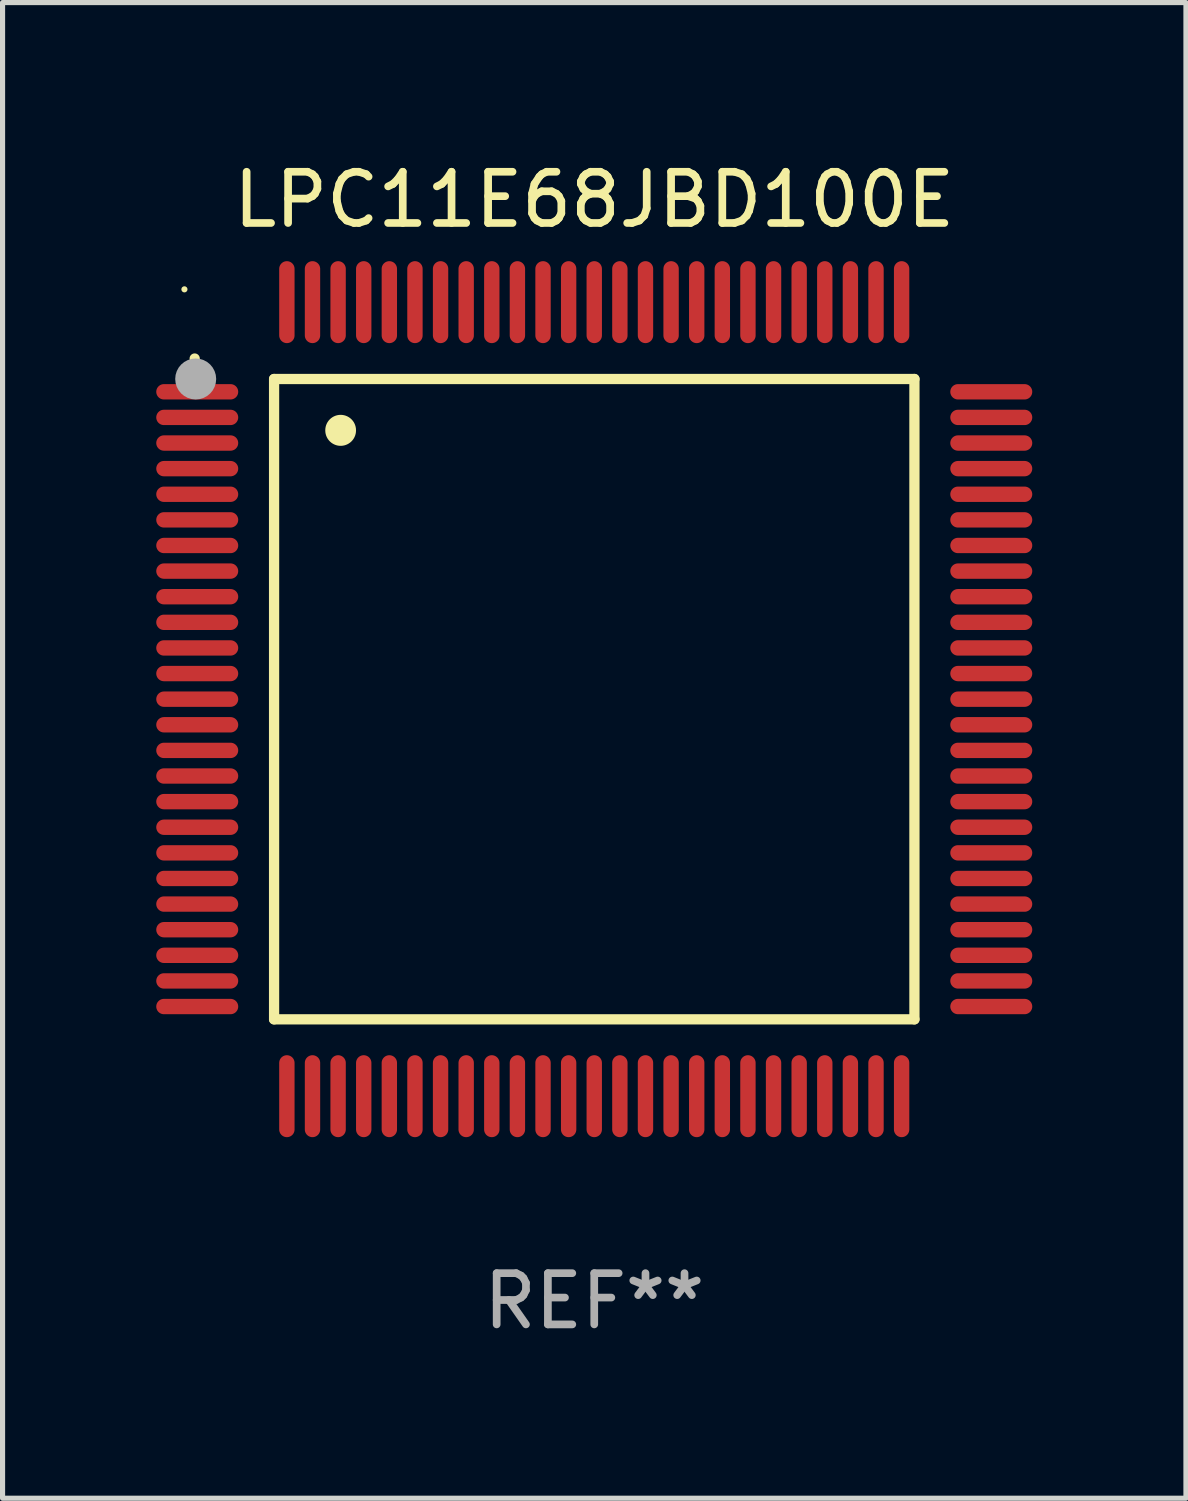
<source format=kicad_pcb>
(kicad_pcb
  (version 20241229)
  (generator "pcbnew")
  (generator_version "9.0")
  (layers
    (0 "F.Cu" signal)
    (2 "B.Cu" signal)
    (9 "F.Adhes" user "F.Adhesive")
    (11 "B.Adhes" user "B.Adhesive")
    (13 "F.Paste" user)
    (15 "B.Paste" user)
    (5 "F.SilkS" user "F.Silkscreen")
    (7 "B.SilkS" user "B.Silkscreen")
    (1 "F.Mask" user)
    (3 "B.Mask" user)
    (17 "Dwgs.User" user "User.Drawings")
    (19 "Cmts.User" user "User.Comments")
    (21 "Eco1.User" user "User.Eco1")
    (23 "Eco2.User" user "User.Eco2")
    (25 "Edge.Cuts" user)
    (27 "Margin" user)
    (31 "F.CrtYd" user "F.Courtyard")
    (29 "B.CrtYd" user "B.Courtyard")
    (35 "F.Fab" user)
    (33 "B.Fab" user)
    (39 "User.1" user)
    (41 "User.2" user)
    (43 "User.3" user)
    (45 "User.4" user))
  (footprint "LPC11E68JBD100E"
    (layer "F.Cu")
    (at 8.55 10.598)
    (property "Reference" "LPC11E68JBD100E" (at 0 -9.75 0) (layer "F.SilkS") (effects (font (size 1 1) (thickness 0.15))))
    (attr through_hole)
    (fp_line (start -6.25 -6.25) (end -6.25 6.25) (stroke (width 0.2) (type solid)) (layer "F.SilkS"))
    (fp_line (start -6.25 6.25) (end 6.25 6.25) (stroke (width 0.2) (type solid)) (layer "F.SilkS"))
    (fp_line (start 6.25 -6.25) (end -6.25 -6.25) (stroke (width 0.2) (type solid)) (layer "F.SilkS"))
    (fp_line (start 6.25 6.25) (end 6.25 -6.25) (stroke (width 0.2) (type solid)) (layer "F.SilkS"))
    (fp_arc (start -7.799568 -6.647625) (mid -7.799571 -6.648463) (end -7.799568 -6.649301) (stroke (width 0.2) (type solid)) (layer "F.SilkS"))
    (fp_arc (start -4.95047 -5.245111) (mid -4.950481 -5.247651) (end -4.95047 -5.250191) (stroke (width 0.6) (type solid)) (layer "F.SilkS"))
    (fp_circle (center -8 -8) (end -7.97 -8) (stroke (width 0.06) (type solid)) (fill no) (layer "F.SilkS"))
    (fp_circle (center -7.78 -6.25) (end -7.58 -6.25) (stroke (width 0.4) (type solid)) (fill no) (layer "F.Fab"))
    (fp_text user "REF**" (at 0 11.75 0) (layer "F.Fab") (effects (font (size 1 1) (thickness 0.15))))
    (pad "1" smd oval (at -7.75 -6 90) (size 0.3 1.6) (layers "F.Cu" "F.Mask" "F.Paste"))
    (pad "2" smd oval (at -7.75 -5.5 90) (size 0.3 1.6) (layers "F.Cu" "F.Mask" "F.Paste"))
    (pad "3" smd oval (at -7.75 -5 90) (size 0.3 1.6) (layers "F.Cu" "F.Mask" "F.Paste"))
    (pad "4" smd oval (at -7.75 -4.5 90) (size 0.3 1.6) (layers "F.Cu" "F.Mask" "F.Paste"))
    (pad "5" smd oval (at -7.75 -4 90) (size 0.3 1.6) (layers "F.Cu" "F.Mask" "F.Paste"))
    (pad "6" smd oval (at -7.75 -3.5 90) (size 0.3 1.6) (layers "F.Cu" "F.Mask" "F.Paste"))
    (pad "7" smd oval (at -7.75 -3 90) (size 0.3 1.6) (layers "F.Cu" "F.Mask" "F.Paste"))
    (pad "8" smd oval (at -7.75 -2.5 90) (size 0.3 1.6) (layers "F.Cu" "F.Mask" "F.Paste"))
    (pad "9" smd oval (at -7.75 -2 90) (size 0.3 1.6) (layers "F.Cu" "F.Mask" "F.Paste"))
    (pad "10" smd oval (at -7.75 -1.5 90) (size 0.3 1.6) (layers "F.Cu" "F.Mask" "F.Paste"))
    (pad "11" smd oval (at -7.75 -1 90) (size 0.3 1.6) (layers "F.Cu" "F.Mask" "F.Paste"))
    (pad "12" smd oval (at -7.75 -0.5 90) (size 0.3 1.6) (layers "F.Cu" "F.Mask" "F.Paste"))
    (pad "13" smd oval (at -7.75 0 90) (size 0.3 1.6) (layers "F.Cu" "F.Mask" "F.Paste"))
    (pad "14" smd oval (at -7.75 0.5 90) (size 0.3 1.6) (layers "F.Cu" "F.Mask" "F.Paste"))
    (pad "15" smd oval (at -7.75 1 90) (size 0.3 1.6) (layers "F.Cu" "F.Mask" "F.Paste"))
    (pad "16" smd oval (at -7.75 1.5 90) (size 0.3 1.6) (layers "F.Cu" "F.Mask" "F.Paste"))
    (pad "17" smd oval (at -7.75 2 90) (size 0.3 1.6) (layers "F.Cu" "F.Mask" "F.Paste"))
    (pad "18" smd oval (at -7.75 2.5 90) (size 0.3 1.6) (layers "F.Cu" "F.Mask" "F.Paste"))
    (pad "19" smd oval (at -7.75 3 90) (size 0.3 1.6) (layers "F.Cu" "F.Mask" "F.Paste"))
    (pad "20" smd oval (at -7.75 3.5 90) (size 0.3 1.6) (layers "F.Cu" "F.Mask" "F.Paste"))
    (pad "21" smd oval (at -7.75 4 90) (size 0.3 1.6) (layers "F.Cu" "F.Mask" "F.Paste"))
    (pad "22" smd oval (at -7.75 4.5 90) (size 0.3 1.6) (layers "F.Cu" "F.Mask" "F.Paste"))
    (pad "23" smd oval (at -7.75 5 90) (size 0.3 1.6) (layers "F.Cu" "F.Mask" "F.Paste"))
    (pad "24" smd oval (at -7.75 5.5 90) (size 0.3 1.6) (layers "F.Cu" "F.Mask" "F.Paste"))
    (pad "25" smd oval (at -7.75 6 90) (size 0.3 1.6) (layers "F.Cu" "F.Mask" "F.Paste"))
    (pad "26" smd oval (at -6 7.75) (size 0.3 1.6) (layers "F.Cu" "F.Mask" "F.Paste"))
    (pad "27" smd oval (at -5.5 7.75) (size 0.3 1.6) (layers "F.Cu" "F.Mask" "F.Paste"))
    (pad "28" smd oval (at -5 7.75) (size 0.3 1.6) (layers "F.Cu" "F.Mask" "F.Paste"))
    (pad "29" smd oval (at -4.5 7.75) (size 0.3 1.6) (layers "F.Cu" "F.Mask" "F.Paste"))
    (pad "30" smd oval (at -4 7.75) (size 0.3 1.6) (layers "F.Cu" "F.Mask" "F.Paste"))
    (pad "31" smd oval (at -3.5 7.75) (size 0.3 1.6) (layers "F.Cu" "F.Mask" "F.Paste"))
    (pad "32" smd oval (at -3 7.75) (size 0.3 1.6) (layers "F.Cu" "F.Mask" "F.Paste"))
    (pad "33" smd oval (at -2.5 7.75) (size 0.3 1.6) (layers "F.Cu" "F.Mask" "F.Paste"))
    (pad "34" smd oval (at -2 7.75) (size 0.3 1.6) (layers "F.Cu" "F.Mask" "F.Paste"))
    (pad "35" smd oval (at -1.5 7.75) (size 0.3 1.6) (layers "F.Cu" "F.Mask" "F.Paste"))
    (pad "36" smd oval (at -1 7.75) (size 0.3 1.6) (layers "F.Cu" "F.Mask" "F.Paste"))
    (pad "37" smd oval (at -0.5 7.75) (size 0.3 1.6) (layers "F.Cu" "F.Mask" "F.Paste"))
    (pad "38" smd oval (at 0 7.75) (size 0.3 1.6) (layers "F.Cu" "F.Mask" "F.Paste"))
    (pad "39" smd oval (at 0.5 7.75) (size 0.3 1.6) (layers "F.Cu" "F.Mask" "F.Paste"))
    (pad "40" smd oval (at 1 7.75) (size 0.3 1.6) (layers "F.Cu" "F.Mask" "F.Paste"))
    (pad "41" smd oval (at 1.5 7.75) (size 0.3 1.6) (layers "F.Cu" "F.Mask" "F.Paste"))
    (pad "42" smd oval (at 2 7.75) (size 0.3 1.6) (layers "F.Cu" "F.Mask" "F.Paste"))
    (pad "43" smd oval (at 2.5 7.75) (size 0.3 1.6) (layers "F.Cu" "F.Mask" "F.Paste"))
    (pad "44" smd oval (at 3 7.75) (size 0.3 1.6) (layers "F.Cu" "F.Mask" "F.Paste"))
    (pad "45" smd oval (at 3.5 7.75) (size 0.3 1.6) (layers "F.Cu" "F.Mask" "F.Paste"))
    (pad "46" smd oval (at 4 7.75) (size 0.3 1.6) (layers "F.Cu" "F.Mask" "F.Paste"))
    (pad "47" smd oval (at 4.5 7.75) (size 0.3 1.6) (layers "F.Cu" "F.Mask" "F.Paste"))
    (pad "48" smd oval (at 5 7.75) (size 0.3 1.6) (layers "F.Cu" "F.Mask" "F.Paste"))
    (pad "49" smd oval (at 5.5 7.75) (size 0.3 1.6) (layers "F.Cu" "F.Mask" "F.Paste"))
    (pad "50" smd oval (at 6 7.75) (size 0.3 1.6) (layers "F.Cu" "F.Mask" "F.Paste"))
    (pad "51" smd oval (at 7.75 6 90) (size 0.3 1.6) (layers "F.Cu" "F.Mask" "F.Paste"))
    (pad "52" smd oval (at 7.75 5.5 90) (size 0.3 1.6) (layers "F.Cu" "F.Mask" "F.Paste"))
    (pad "53" smd oval (at 7.75 5 90) (size 0.3 1.6) (layers "F.Cu" "F.Mask" "F.Paste"))
    (pad "54" smd oval (at 7.75 4.5 90) (size 0.3 1.6) (layers "F.Cu" "F.Mask" "F.Paste"))
    (pad "55" smd oval (at 7.75 4 90) (size 0.3 1.6) (layers "F.Cu" "F.Mask" "F.Paste"))
    (pad "56" smd oval (at 7.75 3.5 90) (size 0.3 1.6) (layers "F.Cu" "F.Mask" "F.Paste"))
    (pad "57" smd oval (at 7.75 3 90) (size 0.3 1.6) (layers "F.Cu" "F.Mask" "F.Paste"))
    (pad "58" smd oval (at 7.75 2.5 90) (size 0.3 1.6) (layers "F.Cu" "F.Mask" "F.Paste"))
    (pad "59" smd oval (at 7.75 2 90) (size 0.3 1.6) (layers "F.Cu" "F.Mask" "F.Paste"))
    (pad "60" smd oval (at 7.75 1.5 90) (size 0.3 1.6) (layers "F.Cu" "F.Mask" "F.Paste"))
    (pad "61" smd oval (at 7.75 1 90) (size 0.3 1.6) (layers "F.Cu" "F.Mask" "F.Paste"))
    (pad "62" smd oval (at 7.75 0.5 90) (size 0.3 1.6) (layers "F.Cu" "F.Mask" "F.Paste"))
    (pad "63" smd oval (at 7.75 0 90) (size 0.3 1.6) (layers "F.Cu" "F.Mask" "F.Paste"))
    (pad "64" smd oval (at 7.75 -0.5 90) (size 0.3 1.6) (layers "F.Cu" "F.Mask" "F.Paste"))
    (pad "65" smd oval (at 7.75 -1 90) (size 0.3 1.6) (layers "F.Cu" "F.Mask" "F.Paste"))
    (pad "66" smd oval (at 7.75 -1.5 90) (size 0.3 1.6) (layers "F.Cu" "F.Mask" "F.Paste"))
    (pad "67" smd oval (at 7.75 -2 90) (size 0.3 1.6) (layers "F.Cu" "F.Mask" "F.Paste"))
    (pad "68" smd oval (at 7.75 -2.5 90) (size 0.3 1.6) (layers "F.Cu" "F.Mask" "F.Paste"))
    (pad "69" smd oval (at 7.75 -3 90) (size 0.3 1.6) (layers "F.Cu" "F.Mask" "F.Paste"))
    (pad "70" smd oval (at 7.75 -3.5 90) (size 0.3 1.6) (layers "F.Cu" "F.Mask" "F.Paste"))
    (pad "71" smd oval (at 7.75 -4 90) (size 0.3 1.6) (layers "F.Cu" "F.Mask" "F.Paste"))
    (pad "72" smd oval (at 7.75 -4.5 90) (size 0.3 1.6) (layers "F.Cu" "F.Mask" "F.Paste"))
    (pad "73" smd oval (at 7.75 -5 90) (size 0.3 1.6) (layers "F.Cu" "F.Mask" "F.Paste"))
    (pad "74" smd oval (at 7.75 -5.5 90) (size 0.3 1.6) (layers "F.Cu" "F.Mask" "F.Paste"))
    (pad "75" smd oval (at 7.75 -6 90) (size 0.3 1.6) (layers "F.Cu" "F.Mask" "F.Paste"))
    (pad "76" smd oval (at 6 -7.75) (size 0.3 1.6) (layers "F.Cu" "F.Mask" "F.Paste"))
    (pad "77" smd oval (at 5.5 -7.75) (size 0.3 1.6) (layers "F.Cu" "F.Mask" "F.Paste"))
    (pad "78" smd oval (at 5 -7.75) (size 0.3 1.6) (layers "F.Cu" "F.Mask" "F.Paste"))
    (pad "79" smd oval (at 4.5 -7.75) (size 0.3 1.6) (layers "F.Cu" "F.Mask" "F.Paste"))
    (pad "80" smd oval (at 4 -7.75) (size 0.3 1.6) (layers "F.Cu" "F.Mask" "F.Paste"))
    (pad "81" smd oval (at 3.5 -7.75) (size 0.3 1.6) (layers "F.Cu" "F.Mask" "F.Paste"))
    (pad "82" smd oval (at 3 -7.75) (size 0.3 1.6) (layers "F.Cu" "F.Mask" "F.Paste"))
    (pad "83" smd oval (at 2.5 -7.75) (size 0.3 1.6) (layers "F.Cu" "F.Mask" "F.Paste"))
    (pad "84" smd oval (at 2 -7.75) (size 0.3 1.6) (layers "F.Cu" "F.Mask" "F.Paste"))
    (pad "85" smd oval (at 1.5 -7.75) (size 0.3 1.6) (layers "F.Cu" "F.Mask" "F.Paste"))
    (pad "86" smd oval (at 1 -7.75) (size 0.3 1.6) (layers "F.Cu" "F.Mask" "F.Paste"))
    (pad "87" smd oval (at 0.5 -7.75) (size 0.3 1.6) (layers "F.Cu" "F.Mask" "F.Paste"))
    (pad "88" smd oval (at 0 -7.75) (size 0.3 1.6) (layers "F.Cu" "F.Mask" "F.Paste"))
    (pad "89" smd oval (at -0.5 -7.75) (size 0.3 1.6) (layers "F.Cu" "F.Mask" "F.Paste"))
    (pad "90" smd oval (at -1 -7.75) (size 0.3 1.6) (layers "F.Cu" "F.Mask" "F.Paste"))
    (pad "91" smd oval (at -1.5 -7.75) (size 0.3 1.6) (layers "F.Cu" "F.Mask" "F.Paste"))
    (pad "92" smd oval (at -2 -7.75) (size 0.3 1.6) (layers "F.Cu" "F.Mask" "F.Paste"))
    (pad "93" smd oval (at -2.5 -7.75) (size 0.3 1.6) (layers "F.Cu" "F.Mask" "F.Paste"))
    (pad "94" smd oval (at -3 -7.75) (size 0.3 1.6) (layers "F.Cu" "F.Mask" "F.Paste"))
    (pad "95" smd oval (at -3.5 -7.75) (size 0.3 1.6) (layers "F.Cu" "F.Mask" "F.Paste"))
    (pad "96" smd oval (at -4 -7.75) (size 0.3 1.6) (layers "F.Cu" "F.Mask" "F.Paste"))
    (pad "97" smd oval (at -4.5 -7.75) (size 0.3 1.6) (layers "F.Cu" "F.Mask" "F.Paste"))
    (pad "98" smd oval (at -5 -7.75) (size 0.3 1.6) (layers "F.Cu" "F.Mask" "F.Paste"))
    (pad "99" smd oval (at -5.5 -7.75) (size 0.3 1.6) (layers "F.Cu" "F.Mask" "F.Paste"))
    (pad "100" smd oval (at -6 -7.75) (size 0.3 1.6) (layers "F.Cu" "F.Mask" "F.Paste")))
  (gr_rect
    (start -3 -3)
    (end 20.1 26.196)
    (stroke (width 0.1) (type default))
    (fill no)
    (layer "Edge.Cuts")))
</source>
